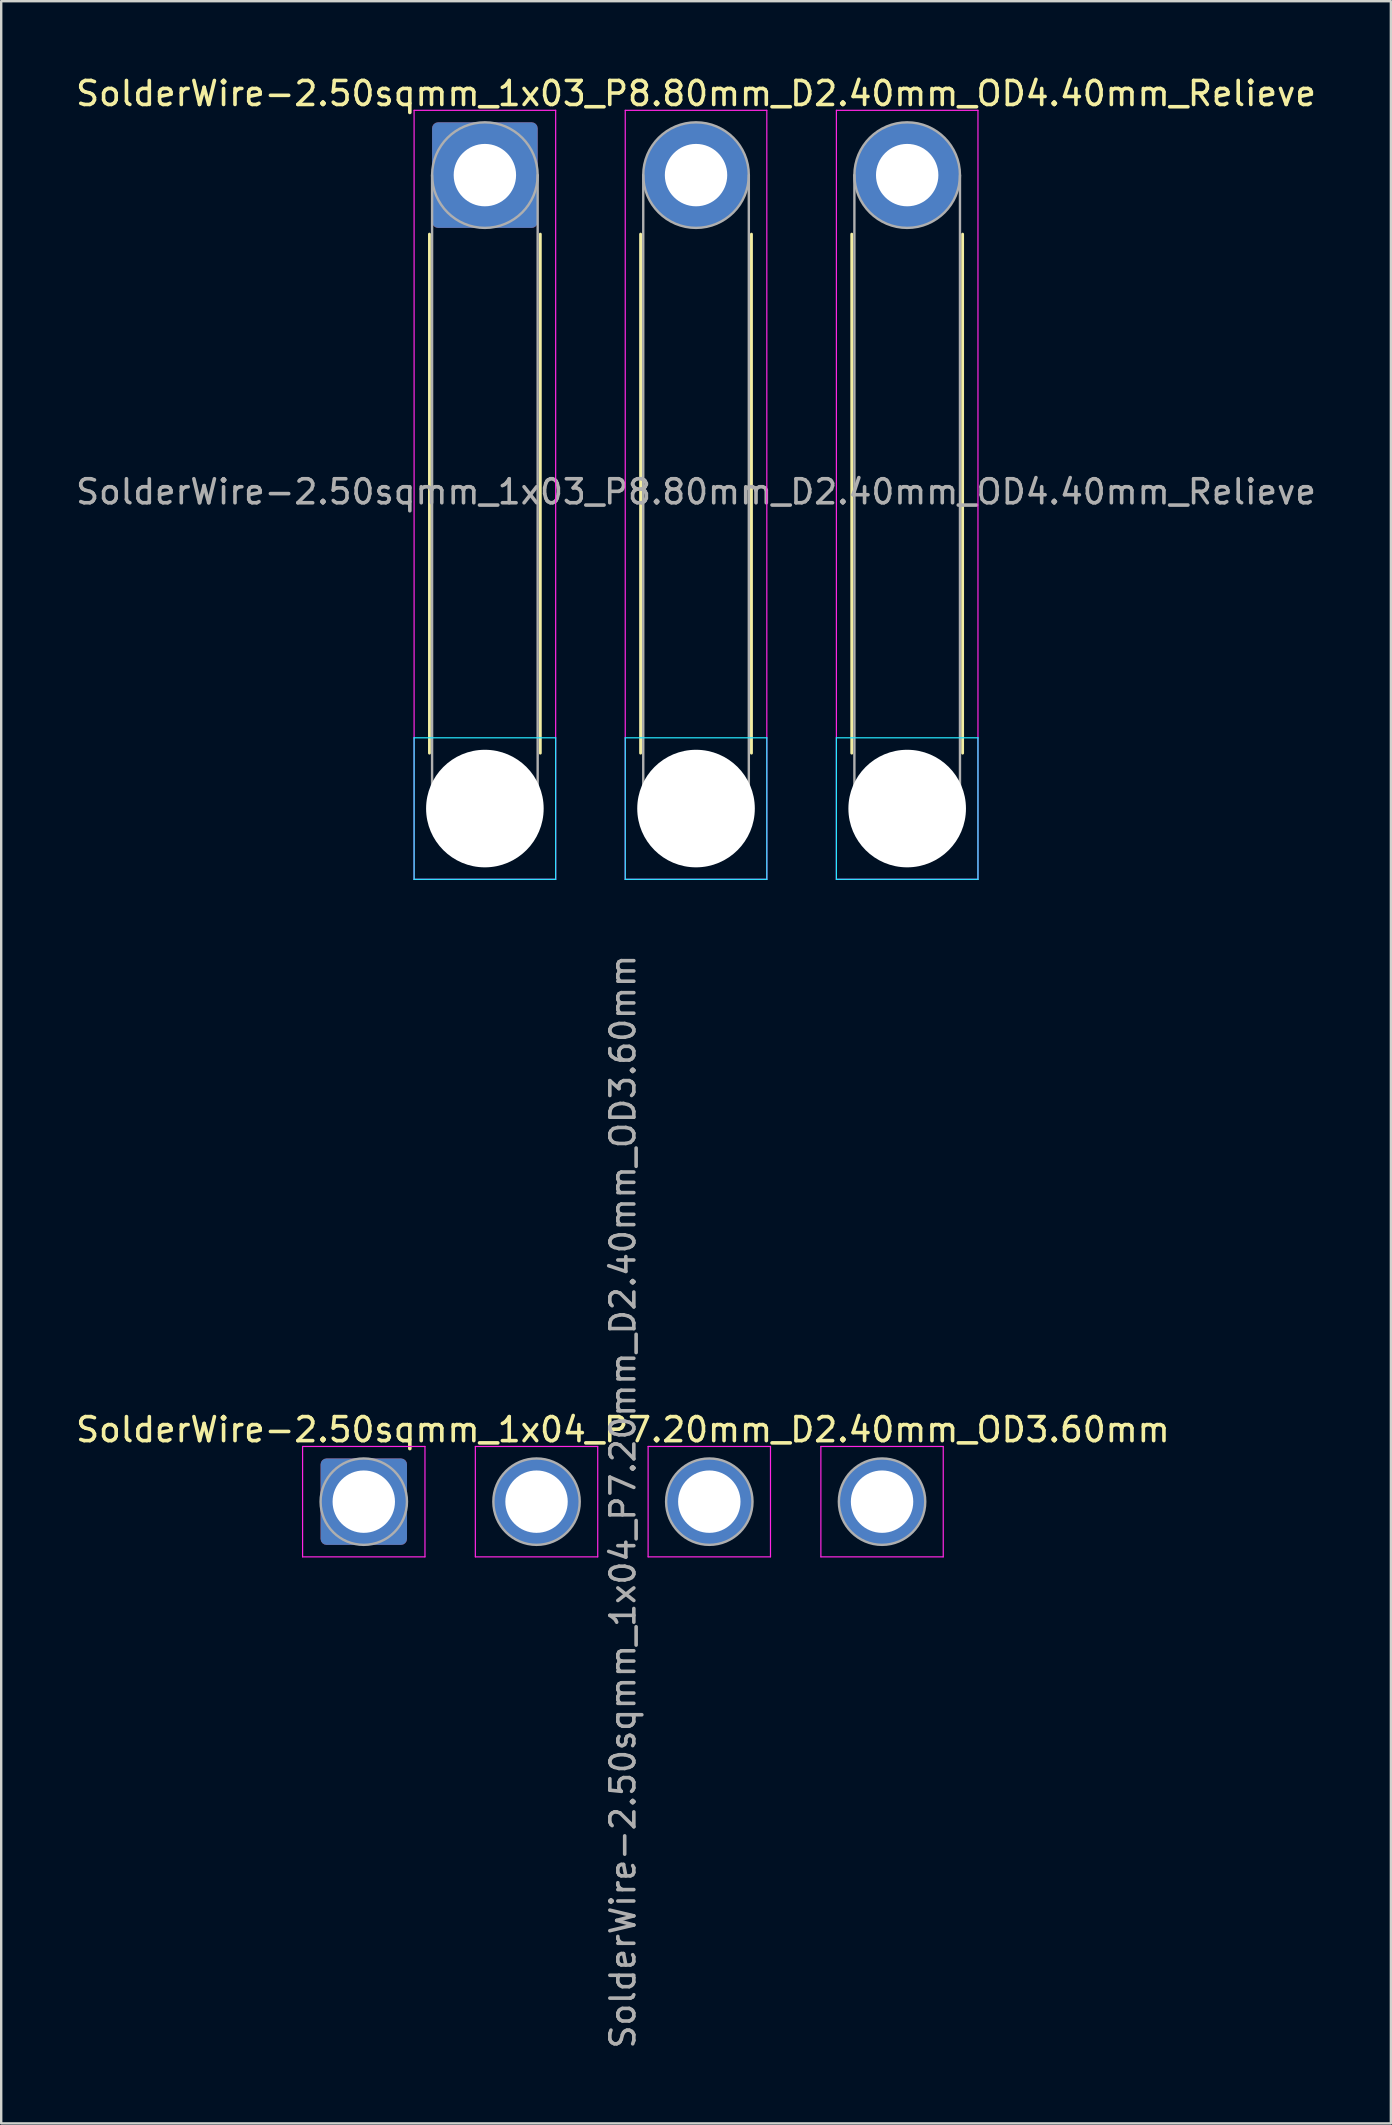
<source format=kicad_pcb>
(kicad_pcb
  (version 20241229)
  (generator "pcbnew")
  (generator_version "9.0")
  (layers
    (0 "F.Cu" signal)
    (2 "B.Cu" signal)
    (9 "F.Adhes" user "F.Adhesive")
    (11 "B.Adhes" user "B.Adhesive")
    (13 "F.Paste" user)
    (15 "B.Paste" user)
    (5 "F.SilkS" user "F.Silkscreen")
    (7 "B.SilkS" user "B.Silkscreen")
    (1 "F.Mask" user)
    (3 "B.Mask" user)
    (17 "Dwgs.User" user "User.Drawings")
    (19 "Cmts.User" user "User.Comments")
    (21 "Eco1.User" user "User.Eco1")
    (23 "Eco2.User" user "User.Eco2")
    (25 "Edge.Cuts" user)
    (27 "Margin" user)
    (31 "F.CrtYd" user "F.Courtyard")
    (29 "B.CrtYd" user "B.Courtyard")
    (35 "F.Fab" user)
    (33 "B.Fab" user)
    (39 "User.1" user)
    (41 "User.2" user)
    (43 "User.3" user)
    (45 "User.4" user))
  (footprint "SolderWire-2.50sqmm_1x04_P7.20mm_D2.40mm_OD3.60mm"
    (layer "F.Cu")
    (at 12.111 59.534)
    (property "Reference" "SolderWire-2.50sqmm_1x04_P7.20mm_D2.40mm_OD3.60mm" (at 10.8 -3 0) (layer "F.SilkS") (effects (font (size 1 1) (thickness 0.15))))
    (attr exclude_from_pos_files exclude_from_bom)
    (fp_line (start -2.55 -2.3) (end -2.55 2.3) (stroke (width 0.05) (type solid)) (layer "F.CrtYd"))
    (fp_line (start -2.55 2.3) (end 2.55 2.3) (stroke (width 0.05) (type solid)) (layer "F.CrtYd"))
    (fp_line (start 2.55 -2.3) (end -2.55 -2.3) (stroke (width 0.05) (type solid)) (layer "F.CrtYd"))
    (fp_line (start 2.55 2.3) (end 2.55 -2.3) (stroke (width 0.05) (type solid)) (layer "F.CrtYd"))
    (fp_line (start 4.65 -2.3) (end 4.65 2.3) (stroke (width 0.05) (type solid)) (layer "F.CrtYd"))
    (fp_line (start 4.65 2.3) (end 9.75 2.3) (stroke (width 0.05) (type solid)) (layer "F.CrtYd"))
    (fp_line (start 9.75 -2.3) (end 4.65 -2.3) (stroke (width 0.05) (type solid)) (layer "F.CrtYd"))
    (fp_line (start 9.75 2.3) (end 9.75 -2.3) (stroke (width 0.05) (type solid)) (layer "F.CrtYd"))
    (fp_line (start 11.85 -2.3) (end 11.85 2.3) (stroke (width 0.05) (type solid)) (layer "F.CrtYd"))
    (fp_line (start 11.85 2.3) (end 16.95 2.3) (stroke (width 0.05) (type solid)) (layer "F.CrtYd"))
    (fp_line (start 16.95 -2.3) (end 11.85 -2.3) (stroke (width 0.05) (type solid)) (layer "F.CrtYd"))
    (fp_line (start 16.95 2.3) (end 16.95 -2.3) (stroke (width 0.05) (type solid)) (layer "F.CrtYd"))
    (fp_line (start 19.05 -2.3) (end 19.05 2.3) (stroke (width 0.05) (type solid)) (layer "F.CrtYd"))
    (fp_line (start 19.05 2.3) (end 24.15 2.3) (stroke (width 0.05) (type solid)) (layer "F.CrtYd"))
    (fp_line (start 24.15 -2.3) (end 19.05 -2.3) (stroke (width 0.05) (type solid)) (layer "F.CrtYd"))
    (fp_line (start 24.15 2.3) (end 24.15 -2.3) (stroke (width 0.05) (type solid)) (layer "F.CrtYd"))
    (fp_circle (center 0 0) (end 1.8 0) (stroke (width 0.1) (type solid)) (fill no) (layer "F.Fab"))
    (fp_circle (center 7.2 0) (end 9 0) (stroke (width 0.1) (type solid)) (fill no) (layer "F.Fab"))
    (fp_circle (center 14.4 0) (end 16.2 0) (stroke (width 0.1) (type solid)) (fill no) (layer "F.Fab"))
    (fp_circle (center 21.6 0) (end 23.4 0) (stroke (width 0.1) (type solid)) (fill no) (layer "F.Fab"))
    (fp_text user "${REFERENCE}" (at 10.8 0 90) (layer "F.Fab") (effects (font (size 1 1) (thickness 0.15))))
    (pad "1" thru_hole roundrect (at 0 0) (size 3.6 3.6) (drill 2.6) (layers "*.Cu" "*.Mask") (roundrect_rratio 0.069))
    (pad "2" thru_hole circle (at 7.2 0) (size 3.6 3.6) (drill 2.6) (layers "*.Cu" "*.Mask"))
    (pad "3" thru_hole circle (at 14.4 0) (size 3.6 3.6) (drill 2.6) (layers "*.Cu" "*.Mask"))
    (pad "4" thru_hole circle (at 21.6 0) (size 3.6 3.6) (drill 2.6) (layers "*.Cu" "*.Mask")))
  (footprint "SolderWire-2.50sqmm_1x03_P8.80mm_D2.40mm_OD4.40mm_Relieve"
    (layer "F.Cu")
    (at 17.158 4.248)
    (property "Reference" "SolderWire-2.50sqmm_1x03_P8.80mm_D2.40mm_OD4.40mm_Relieve" (at 8.8 -3.4 0) (layer "F.SilkS") (effects (font (size 1 1) (thickness 0.15))))
    (attr exclude_from_pos_files exclude_from_bom)
    (fp_line (start -2.31 2.46) (end -2.31 24.09) (stroke (width 0.12) (type solid)) (layer "F.SilkS"))
    (fp_line (start 2.31 2.46) (end 2.31 24.09) (stroke (width 0.12) (type solid)) (layer "F.SilkS"))
    (fp_line (start 6.49 2.46) (end 6.49 24.09) (stroke (width 0.12) (type solid)) (layer "F.SilkS"))
    (fp_line (start 11.11 2.46) (end 11.11 24.09) (stroke (width 0.12) (type solid)) (layer "F.SilkS"))
    (fp_line (start 15.29 2.46) (end 15.29 24.09) (stroke (width 0.12) (type solid)) (layer "F.SilkS"))
    (fp_line (start 19.91 2.46) (end 19.91 24.09) (stroke (width 0.12) (type solid)) (layer "F.SilkS"))
    (fp_line (start -2.95 23.45) (end -2.95 29.35) (stroke (width 0.05) (type solid)) (layer "B.CrtYd"))
    (fp_line (start -2.95 29.35) (end 2.95 29.35) (stroke (width 0.05) (type solid)) (layer "B.CrtYd"))
    (fp_line (start 2.95 23.45) (end -2.95 23.45) (stroke (width 0.05) (type solid)) (layer "B.CrtYd"))
    (fp_line (start 2.95 29.35) (end 2.95 23.45) (stroke (width 0.05) (type solid)) (layer "B.CrtYd"))
    (fp_line (start 5.85 23.45) (end 5.85 29.35) (stroke (width 0.05) (type solid)) (layer "B.CrtYd"))
    (fp_line (start 5.85 29.35) (end 11.75 29.35) (stroke (width 0.05) (type solid)) (layer "B.CrtYd"))
    (fp_line (start 11.75 23.45) (end 5.85 23.45) (stroke (width 0.05) (type solid)) (layer "B.CrtYd"))
    (fp_line (start 11.75 29.35) (end 11.75 23.45) (stroke (width 0.05) (type solid)) (layer "B.CrtYd"))
    (fp_line (start 14.65 23.45) (end 14.65 29.35) (stroke (width 0.05) (type solid)) (layer "B.CrtYd"))
    (fp_line (start 14.65 29.35) (end 20.55 29.35) (stroke (width 0.05) (type solid)) (layer "B.CrtYd"))
    (fp_line (start 20.55 23.45) (end 14.65 23.45) (stroke (width 0.05) (type solid)) (layer "B.CrtYd"))
    (fp_line (start 20.55 29.35) (end 20.55 23.45) (stroke (width 0.05) (type solid)) (layer "B.CrtYd"))
    (fp_line (start -2.95 -2.7) (end -2.95 29.35) (stroke (width 0.05) (type solid)) (layer "F.CrtYd"))
    (fp_line (start -2.95 29.35) (end 2.95 29.35) (stroke (width 0.05) (type solid)) (layer "F.CrtYd"))
    (fp_line (start 2.95 -2.7) (end -2.95 -2.7) (stroke (width 0.05) (type solid)) (layer "F.CrtYd"))
    (fp_line (start 2.95 29.35) (end 2.95 -2.7) (stroke (width 0.05) (type solid)) (layer "F.CrtYd"))
    (fp_line (start 5.85 -2.7) (end 5.85 29.35) (stroke (width 0.05) (type solid)) (layer "F.CrtYd"))
    (fp_line (start 5.85 29.35) (end 11.75 29.35) (stroke (width 0.05) (type solid)) (layer "F.CrtYd"))
    (fp_line (start 11.75 -2.7) (end 5.85 -2.7) (stroke (width 0.05) (type solid)) (layer "F.CrtYd"))
    (fp_line (start 11.75 29.35) (end 11.75 -2.7) (stroke (width 0.05) (type solid)) (layer "F.CrtYd"))
    (fp_line (start 14.65 -2.7) (end 14.65 29.35) (stroke (width 0.05) (type solid)) (layer "F.CrtYd"))
    (fp_line (start 14.65 29.35) (end 20.55 29.35) (stroke (width 0.05) (type solid)) (layer "F.CrtYd"))
    (fp_line (start 20.55 -2.7) (end 14.65 -2.7) (stroke (width 0.05) (type solid)) (layer "F.CrtYd"))
    (fp_line (start 20.55 29.35) (end 20.55 -2.7) (stroke (width 0.05) (type solid)) (layer "F.CrtYd"))
    (fp_line (start -2.2 0) (end -2.2 26.4) (stroke (width 0.1) (type solid)) (layer "F.Fab"))
    (fp_line (start 2.2 0) (end 2.2 26.4) (stroke (width 0.1) (type solid)) (layer "F.Fab"))
    (fp_line (start 6.6 0) (end 6.6 26.4) (stroke (width 0.1) (type solid)) (layer "F.Fab"))
    (fp_line (start 11 0) (end 11 26.4) (stroke (width 0.1) (type solid)) (layer "F.Fab"))
    (fp_line (start 15.4 0) (end 15.4 26.4) (stroke (width 0.1) (type solid)) (layer "F.Fab"))
    (fp_line (start 19.8 0) (end 19.8 26.4) (stroke (width 0.1) (type solid)) (layer "F.Fab"))
    (fp_circle (center 0 0) (end 2.2 0) (stroke (width 0.1) (type solid)) (fill no) (layer "F.Fab"))
    (fp_circle (center 0 26.4) (end 2.2 26.4) (stroke (width 0.1) (type solid)) (fill no) (layer "F.Fab"))
    (fp_circle (center 8.8 0) (end 11 0) (stroke (width 0.1) (type solid)) (fill no) (layer "F.Fab"))
    (fp_circle (center 8.8 26.4) (end 11 26.4) (stroke (width 0.1) (type solid)) (fill no) (layer "F.Fab"))
    (fp_circle (center 17.6 0) (end 19.8 0) (stroke (width 0.1) (type solid)) (fill no) (layer "F.Fab"))
    (fp_circle (center 17.6 26.4) (end 19.8 26.4) (stroke (width 0.1) (type solid)) (fill no) (layer "F.Fab"))
    (fp_text user "${REFERENCE}" (at 8.8 13.2 0) (layer "F.Fab") (effects (font (size 1 1) (thickness 0.15))))
    (pad "" np_thru_hole circle (at 0 26.4) (size 4.9 4.9) (drill 4.9) (layers "*.Cu" "*.Mask"))
    (pad "" np_thru_hole circle (at 8.8 26.4) (size 4.9 4.9) (drill 4.9) (layers "*.Cu" "*.Mask"))
    (pad "" np_thru_hole circle (at 17.6 26.4) (size 4.9 4.9) (drill 4.9) (layers "*.Cu" "*.Mask"))
    (pad "1" thru_hole roundrect (at 0 0) (size 4.4 4.4) (drill 2.6) (layers "*.Cu" "*.Mask") (roundrect_rratio 0.057))
    (pad "2" thru_hole circle (at 8.8 0) (size 4.4 4.4) (drill 2.6) (layers "*.Cu" "*.Mask"))
    (pad "3" thru_hole circle (at 17.6 0) (size 4.4 4.4) (drill 2.6) (layers "*.Cu" "*.Mask")))
  (gr_rect
    (start -3 -3)
    (end 54.917 85.445)
    (stroke (width 0.1) (type default))
    (fill no)
    (layer "Edge.Cuts")))
</source>
